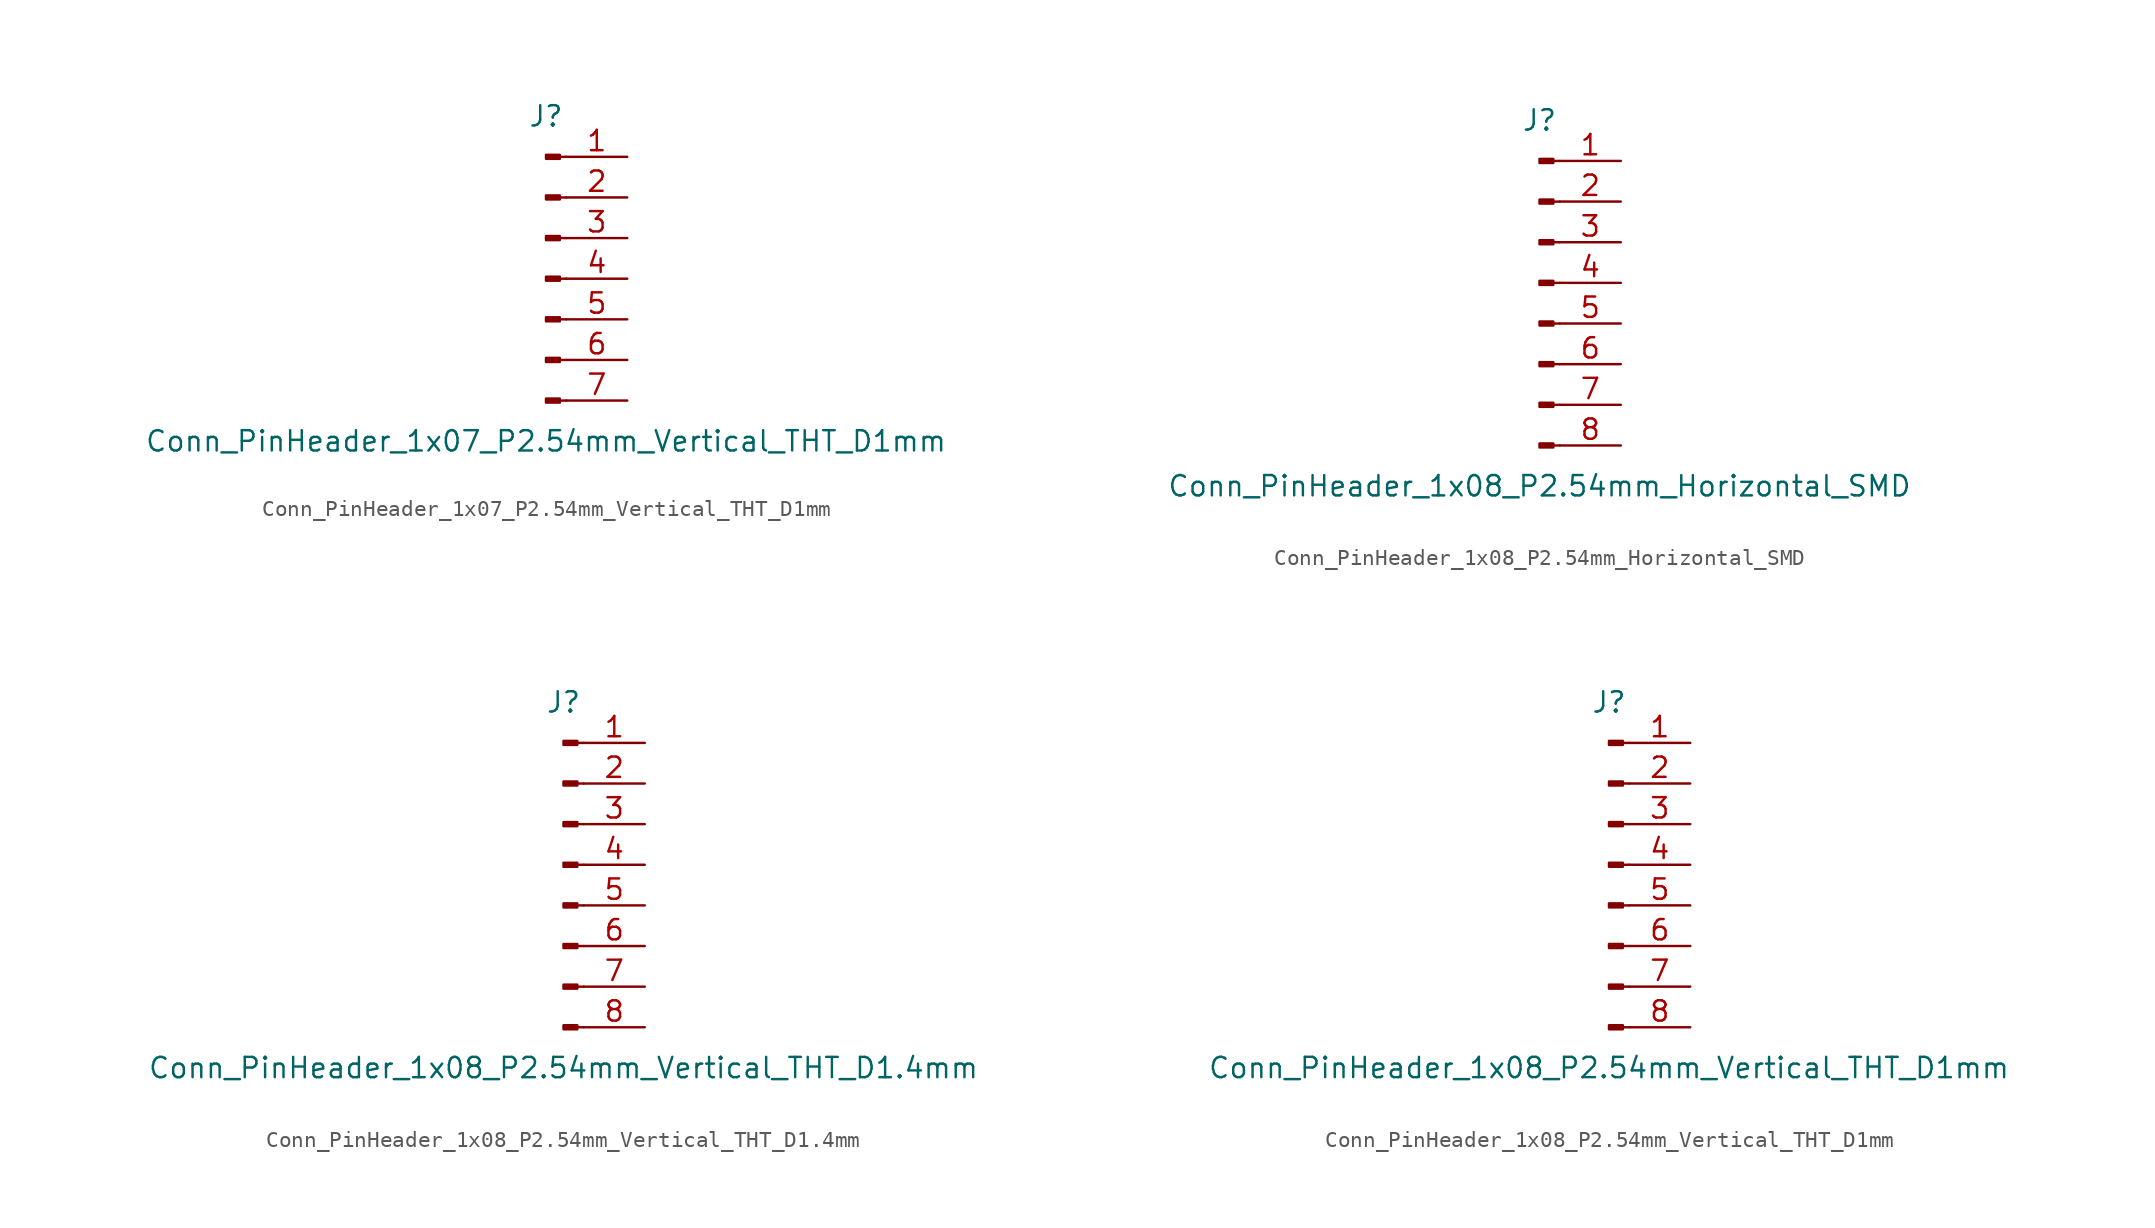
<source format=kicad_sym>
(kicad_symbol_lib
  (version 20220914)
  (generator kicad_symbol_editor)
  (symbol "Conn_PinHeader_1x07_P2.54mm_Vertical_THT_D1mm"
    (pin_names
      (offset 1.016) hide)
    (property "Reference" "J"
      (at 0 10.16 0)
      (effects (font (size 1.27 1.27))))
    (property "Value" "Conn_PinHeader_1x07_P2.54mm_Vertical_THT_D1mm"
      (at 0 -10.16 0)
      (effects (font (size 1.27 1.27))))
    (symbol "Conn_PinHeader_1x07_P2.54mm_Vertical_THT_D1mm_1_1"
      (polyline (pts (xy 1.27 -7.62) (xy 0.864 -7.62)) (stroke (width 0.152) (type solid)) (fill (type none)))
      (polyline (pts (xy 1.27 -5.08) (xy 0.864 -5.08)) (stroke (width 0.152) (type solid)) (fill (type none)))
      (polyline (pts (xy 1.27 -2.54) (xy 0.864 -2.54)) (stroke (width 0.152) (type solid)) (fill (type none)))
      (polyline (pts (xy 1.27 0) (xy 0.864 0)) (stroke (width 0.152) (type solid)) (fill (type none)))
      (polyline (pts (xy 1.27 2.54) (xy 0.864 2.54)) (stroke (width 0.152) (type solid)) (fill (type none)))
      (polyline (pts (xy 1.27 5.08) (xy 0.864 5.08)) (stroke (width 0.152) (type solid)) (fill (type none)))
      (polyline (pts (xy 1.27 7.62) (xy 0.864 7.62)) (stroke (width 0.152) (type solid)) (fill (type none)))
      (rectangle (start 0.864 -7.493) (end 0 -7.747) (stroke (width 0.152) (type solid)) (fill (type outline)))
      (rectangle (start 0.864 -4.953) (end 0 -5.207) (stroke (width 0.152) (type solid)) (fill (type outline)))
      (rectangle (start 0.864 -2.413) (end 0 -2.667) (stroke (width 0.152) (type solid)) (fill (type outline)))
      (rectangle (start 0.864 0.127) (end 0 -0.127) (stroke (width 0.152) (type solid)) (fill (type outline)))
      (rectangle (start 0.864 2.667) (end 0 2.413) (stroke (width 0.152) (type solid)) (fill (type outline)))
      (rectangle (start 0.864 5.207) (end 0 4.953) (stroke (width 0.152) (type solid)) (fill (type outline)))
      (rectangle (start 0.864 7.747) (end 0 7.493) (stroke (width 0.152) (type solid)) (fill (type outline)))
      (pin passive line (at 5.08 7.62 180) (length 3.81) (name "Pin_1" (effects (font (size 1.27 1.27)))) (number "1" (effects (font (size 1.27 1.27)))))
      (pin passive line (at 5.08 5.08 180) (length 3.81) (name "Pin_2" (effects (font (size 1.27 1.27)))) (number "2" (effects (font (size 1.27 1.27)))))
      (pin passive line (at 5.08 2.54 180) (length 3.81) (name "Pin_3" (effects (font (size 1.27 1.27)))) (number "3" (effects (font (size 1.27 1.27)))))
      (pin passive line (at 5.08 0 180) (length 3.81) (name "Pin_4" (effects (font (size 1.27 1.27)))) (number "4" (effects (font (size 1.27 1.27)))))
      (pin passive line (at 5.08 -2.54 180) (length 3.81) (name "Pin_5" (effects (font (size 1.27 1.27)))) (number "5" (effects (font (size 1.27 1.27)))))
      (pin passive line (at 5.08 -5.08 180) (length 3.81) (name "Pin_6" (effects (font (size 1.27 1.27)))) (number "6" (effects (font (size 1.27 1.27)))))
      (pin passive line (at 5.08 -7.62 180) (length 3.81) (name "Pin_7" (effects (font (size 1.27 1.27)))) (number "7" (effects (font (size 1.27 1.27)))))))
  (symbol "Conn_PinHeader_1x08_P2.54mm_Horizontal_SMD"
    (pin_names
      (offset 1.016) hide)
    (property "Reference" "J"
      (at 0 10.16 0)
      (effects (font (size 1.27 1.27))))
    (property "Value" "Conn_PinHeader_1x08_P2.54mm_Horizontal_SMD"
      (at 0 -12.7 0)
      (effects (font (size 1.27 1.27))))
    (symbol "Conn_PinHeader_1x08_P2.54mm_Horizontal_SMD_1_1"
      (polyline (pts (xy 1.27 -10.16) (xy 0.864 -10.16)) (stroke (width 0.152) (type solid)) (fill (type none)))
      (polyline (pts (xy 1.27 -7.62) (xy 0.864 -7.62)) (stroke (width 0.152) (type solid)) (fill (type none)))
      (polyline (pts (xy 1.27 -5.08) (xy 0.864 -5.08)) (stroke (width 0.152) (type solid)) (fill (type none)))
      (polyline (pts (xy 1.27 -2.54) (xy 0.864 -2.54)) (stroke (width 0.152) (type solid)) (fill (type none)))
      (polyline (pts (xy 1.27 0) (xy 0.864 0)) (stroke (width 0.152) (type solid)) (fill (type none)))
      (polyline (pts (xy 1.27 2.54) (xy 0.864 2.54)) (stroke (width 0.152) (type solid)) (fill (type none)))
      (polyline (pts (xy 1.27 5.08) (xy 0.864 5.08)) (stroke (width 0.152) (type solid)) (fill (type none)))
      (polyline (pts (xy 1.27 7.62) (xy 0.864 7.62)) (stroke (width 0.152) (type solid)) (fill (type none)))
      (rectangle (start 0.864 -10.033) (end 0 -10.287) (stroke (width 0.152) (type solid)) (fill (type outline)))
      (rectangle (start 0.864 -7.493) (end 0 -7.747) (stroke (width 0.152) (type solid)) (fill (type outline)))
      (rectangle (start 0.864 -4.953) (end 0 -5.207) (stroke (width 0.152) (type solid)) (fill (type outline)))
      (rectangle (start 0.864 -2.413) (end 0 -2.667) (stroke (width 0.152) (type solid)) (fill (type outline)))
      (rectangle (start 0.864 0.127) (end 0 -0.127) (stroke (width 0.152) (type solid)) (fill (type outline)))
      (rectangle (start 0.864 2.667) (end 0 2.413) (stroke (width 0.152) (type solid)) (fill (type outline)))
      (rectangle (start 0.864 5.207) (end 0 4.953) (stroke (width 0.152) (type solid)) (fill (type outline)))
      (rectangle (start 0.864 7.747) (end 0 7.493) (stroke (width 0.152) (type solid)) (fill (type outline)))
      (pin passive line (at 5.08 7.62 180) (length 3.81) (name "Pin_1" (effects (font (size 1.27 1.27)))) (number "1" (effects (font (size 1.27 1.27)))))
      (pin passive line (at 5.08 5.08 180) (length 3.81) (name "Pin_2" (effects (font (size 1.27 1.27)))) (number "2" (effects (font (size 1.27 1.27)))))
      (pin passive line (at 5.08 2.54 180) (length 3.81) (name "Pin_3" (effects (font (size 1.27 1.27)))) (number "3" (effects (font (size 1.27 1.27)))))
      (pin passive line (at 5.08 0 180) (length 3.81) (name "Pin_4" (effects (font (size 1.27 1.27)))) (number "4" (effects (font (size 1.27 1.27)))))
      (pin passive line (at 5.08 -2.54 180) (length 3.81) (name "Pin_5" (effects (font (size 1.27 1.27)))) (number "5" (effects (font (size 1.27 1.27)))))
      (pin passive line (at 5.08 -5.08 180) (length 3.81) (name "Pin_6" (effects (font (size 1.27 1.27)))) (number "6" (effects (font (size 1.27 1.27)))))
      (pin passive line (at 5.08 -7.62 180) (length 3.81) (name "Pin_7" (effects (font (size 1.27 1.27)))) (number "7" (effects (font (size 1.27 1.27)))))
      (pin passive line (at 5.08 -10.16 180) (length 3.81) (name "Pin_8" (effects (font (size 1.27 1.27)))) (number "8" (effects (font (size 1.27 1.27)))))))
  (symbol "Conn_PinHeader_1x08_P2.54mm_Vertical_THT_D1.4mm"
    (pin_names
      (offset 1.016) hide)
    (property "Reference" "J"
      (at 0 10.16 0)
      (effects (font (size 1.27 1.27))))
    (property "Value" "Conn_PinHeader_1x08_P2.54mm_Vertical_THT_D1.4mm"
      (at 0 -12.7 0)
      (effects (font (size 1.27 1.27))))
    (symbol "Conn_PinHeader_1x08_P2.54mm_Vertical_THT_D1.4mm_1_1"
      (polyline (pts (xy 1.27 -10.16) (xy 0.864 -10.16)) (stroke (width 0.152) (type solid)) (fill (type none)))
      (polyline (pts (xy 1.27 -7.62) (xy 0.864 -7.62)) (stroke (width 0.152) (type solid)) (fill (type none)))
      (polyline (pts (xy 1.27 -5.08) (xy 0.864 -5.08)) (stroke (width 0.152) (type solid)) (fill (type none)))
      (polyline (pts (xy 1.27 -2.54) (xy 0.864 -2.54)) (stroke (width 0.152) (type solid)) (fill (type none)))
      (polyline (pts (xy 1.27 0) (xy 0.864 0)) (stroke (width 0.152) (type solid)) (fill (type none)))
      (polyline (pts (xy 1.27 2.54) (xy 0.864 2.54)) (stroke (width 0.152) (type solid)) (fill (type none)))
      (polyline (pts (xy 1.27 5.08) (xy 0.864 5.08)) (stroke (width 0.152) (type solid)) (fill (type none)))
      (polyline (pts (xy 1.27 7.62) (xy 0.864 7.62)) (stroke (width 0.152) (type solid)) (fill (type none)))
      (rectangle (start 0.864 -10.033) (end 0 -10.287) (stroke (width 0.152) (type solid)) (fill (type outline)))
      (rectangle (start 0.864 -7.493) (end 0 -7.747) (stroke (width 0.152) (type solid)) (fill (type outline)))
      (rectangle (start 0.864 -4.953) (end 0 -5.207) (stroke (width 0.152) (type solid)) (fill (type outline)))
      (rectangle (start 0.864 -2.413) (end 0 -2.667) (stroke (width 0.152) (type solid)) (fill (type outline)))
      (rectangle (start 0.864 0.127) (end 0 -0.127) (stroke (width 0.152) (type solid)) (fill (type outline)))
      (rectangle (start 0.864 2.667) (end 0 2.413) (stroke (width 0.152) (type solid)) (fill (type outline)))
      (rectangle (start 0.864 5.207) (end 0 4.953) (stroke (width 0.152) (type solid)) (fill (type outline)))
      (rectangle (start 0.864 7.747) (end 0 7.493) (stroke (width 0.152) (type solid)) (fill (type outline)))
      (pin passive line (at 5.08 7.62 180) (length 3.81) (name "Pin_1" (effects (font (size 1.27 1.27)))) (number "1" (effects (font (size 1.27 1.27)))))
      (pin passive line (at 5.08 5.08 180) (length 3.81) (name "Pin_2" (effects (font (size 1.27 1.27)))) (number "2" (effects (font (size 1.27 1.27)))))
      (pin passive line (at 5.08 2.54 180) (length 3.81) (name "Pin_3" (effects (font (size 1.27 1.27)))) (number "3" (effects (font (size 1.27 1.27)))))
      (pin passive line (at 5.08 0 180) (length 3.81) (name "Pin_4" (effects (font (size 1.27 1.27)))) (number "4" (effects (font (size 1.27 1.27)))))
      (pin passive line (at 5.08 -2.54 180) (length 3.81) (name "Pin_5" (effects (font (size 1.27 1.27)))) (number "5" (effects (font (size 1.27 1.27)))))
      (pin passive line (at 5.08 -5.08 180) (length 3.81) (name "Pin_6" (effects (font (size 1.27 1.27)))) (number "6" (effects (font (size 1.27 1.27)))))
      (pin passive line (at 5.08 -7.62 180) (length 3.81) (name "Pin_7" (effects (font (size 1.27 1.27)))) (number "7" (effects (font (size 1.27 1.27)))))
      (pin passive line (at 5.08 -10.16 180) (length 3.81) (name "Pin_8" (effects (font (size 1.27 1.27)))) (number "8" (effects (font (size 1.27 1.27)))))))
  (symbol "Conn_PinHeader_1x08_P2.54mm_Vertical_THT_D1mm"
    (pin_names
      (offset 1.016) hide)
    (property "Reference" "J"
      (at 0 10.16 0)
      (effects (font (size 1.27 1.27))))
    (property "Value" "Conn_PinHeader_1x08_P2.54mm_Vertical_THT_D1mm"
      (at 0 -12.7 0)
      (effects (font (size 1.27 1.27))))
    (symbol "Conn_PinHeader_1x08_P2.54mm_Vertical_THT_D1mm_1_1"
      (polyline (pts (xy 1.27 -10.16) (xy 0.864 -10.16)) (stroke (width 0.152) (type solid)) (fill (type none)))
      (polyline (pts (xy 1.27 -7.62) (xy 0.864 -7.62)) (stroke (width 0.152) (type solid)) (fill (type none)))
      (polyline (pts (xy 1.27 -5.08) (xy 0.864 -5.08)) (stroke (width 0.152) (type solid)) (fill (type none)))
      (polyline (pts (xy 1.27 -2.54) (xy 0.864 -2.54)) (stroke (width 0.152) (type solid)) (fill (type none)))
      (polyline (pts (xy 1.27 0) (xy 0.864 0)) (stroke (width 0.152) (type solid)) (fill (type none)))
      (polyline (pts (xy 1.27 2.54) (xy 0.864 2.54)) (stroke (width 0.152) (type solid)) (fill (type none)))
      (polyline (pts (xy 1.27 5.08) (xy 0.864 5.08)) (stroke (width 0.152) (type solid)) (fill (type none)))
      (polyline (pts (xy 1.27 7.62) (xy 0.864 7.62)) (stroke (width 0.152) (type solid)) (fill (type none)))
      (rectangle (start 0.864 -10.033) (end 0 -10.287) (stroke (width 0.152) (type solid)) (fill (type outline)))
      (rectangle (start 0.864 -7.493) (end 0 -7.747) (stroke (width 0.152) (type solid)) (fill (type outline)))
      (rectangle (start 0.864 -4.953) (end 0 -5.207) (stroke (width 0.152) (type solid)) (fill (type outline)))
      (rectangle (start 0.864 -2.413) (end 0 -2.667) (stroke (width 0.152) (type solid)) (fill (type outline)))
      (rectangle (start 0.864 0.127) (end 0 -0.127) (stroke (width 0.152) (type solid)) (fill (type outline)))
      (rectangle (start 0.864 2.667) (end 0 2.413) (stroke (width 0.152) (type solid)) (fill (type outline)))
      (rectangle (start 0.864 5.207) (end 0 4.953) (stroke (width 0.152) (type solid)) (fill (type outline)))
      (rectangle (start 0.864 7.747) (end 0 7.493) (stroke (width 0.152) (type solid)) (fill (type outline)))
      (pin passive line (at 5.08 7.62 180) (length 3.81) (name "Pin_1" (effects (font (size 1.27 1.27)))) (number "1" (effects (font (size 1.27 1.27)))))
      (pin passive line (at 5.08 5.08 180) (length 3.81) (name "Pin_2" (effects (font (size 1.27 1.27)))) (number "2" (effects (font (size 1.27 1.27)))))
      (pin passive line (at 5.08 2.54 180) (length 3.81) (name "Pin_3" (effects (font (size 1.27 1.27)))) (number "3" (effects (font (size 1.27 1.27)))))
      (pin passive line (at 5.08 0 180) (length 3.81) (name "Pin_4" (effects (font (size 1.27 1.27)))) (number "4" (effects (font (size 1.27 1.27)))))
      (pin passive line (at 5.08 -2.54 180) (length 3.81) (name "Pin_5" (effects (font (size 1.27 1.27)))) (number "5" (effects (font (size 1.27 1.27)))))
      (pin passive line (at 5.08 -5.08 180) (length 3.81) (name "Pin_6" (effects (font (size 1.27 1.27)))) (number "6" (effects (font (size 1.27 1.27)))))
      (pin passive line (at 5.08 -7.62 180) (length 3.81) (name "Pin_7" (effects (font (size 1.27 1.27)))) (number "7" (effects (font (size 1.27 1.27)))))
      (pin passive line (at 5.08 -10.16 180) (length 3.81) (name "Pin_8" (effects (font (size 1.27 1.27)))) (number "8" (effects (font (size 1.27 1.27))))))))
</source>
